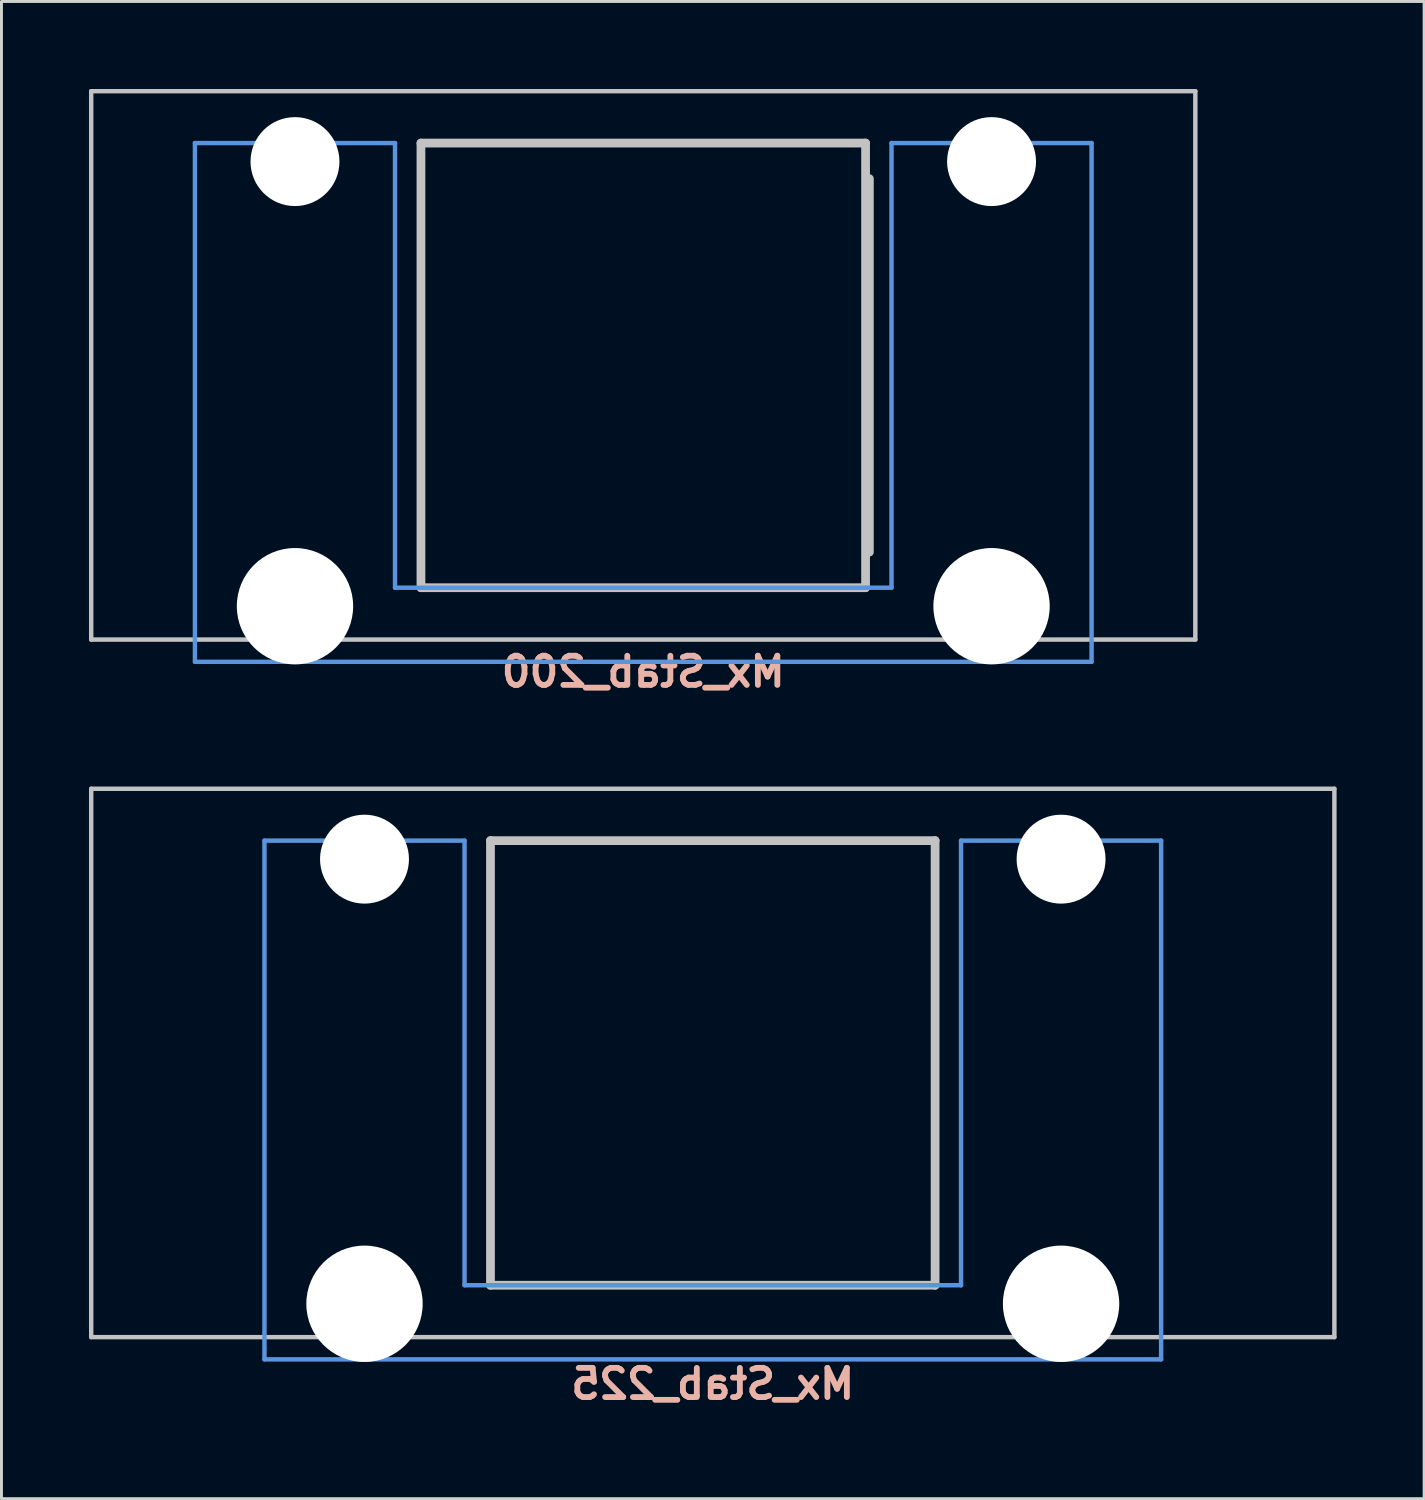
<source format=kicad_pcb>
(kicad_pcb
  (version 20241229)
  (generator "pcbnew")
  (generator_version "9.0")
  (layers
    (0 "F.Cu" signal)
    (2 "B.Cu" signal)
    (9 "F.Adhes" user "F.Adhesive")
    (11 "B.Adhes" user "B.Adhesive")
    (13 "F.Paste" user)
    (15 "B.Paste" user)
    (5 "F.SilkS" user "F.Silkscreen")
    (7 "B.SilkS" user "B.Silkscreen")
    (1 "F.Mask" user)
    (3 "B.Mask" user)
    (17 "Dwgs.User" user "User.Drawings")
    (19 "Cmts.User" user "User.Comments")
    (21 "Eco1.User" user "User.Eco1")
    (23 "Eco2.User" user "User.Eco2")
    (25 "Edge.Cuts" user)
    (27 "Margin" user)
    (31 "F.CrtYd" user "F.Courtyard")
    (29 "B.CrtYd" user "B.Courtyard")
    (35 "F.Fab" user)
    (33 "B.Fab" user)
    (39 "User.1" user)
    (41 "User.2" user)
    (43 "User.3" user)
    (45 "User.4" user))
  (footprint "Mx_Stab_200"
    (layer "F.Cu")
    (at 18.999 9.474)
    (property "Reference" "Mx_Stab_200" (at 0 10.5 0) (layer "B.SilkS") (effects (font (size 1 1) (thickness 0.2)) (justify mirror)))
    (attr through_hole)
    (fp_line (start -18.923 -9.398) (end 18.923 -9.398) (stroke (width 0.152) (type solid)) (layer "Dwgs.User"))
    (fp_line (start -18.923 9.398) (end -18.923 -9.398) (stroke (width 0.152) (type solid)) (layer "Dwgs.User"))
    (fp_line (start -7.62 -7.62) (end 7.62 -7.62) (stroke (width 0.3) (type solid)) (layer "Dwgs.User"))
    (fp_line (start -7.62 7.62) (end -7.62 -7.62) (stroke (width 0.3) (type solid)) (layer "Dwgs.User"))
    (fp_line (start 7.62 -7.62) (end 7.62 7.62) (stroke (width 0.3) (type solid)) (layer "Dwgs.User"))
    (fp_line (start 7.62 7.62) (end -7.62 7.62) (stroke (width 0.3) (type solid)) (layer "Dwgs.User"))
    (fp_line (start 7.75 6.4) (end 7.75 -6.4) (stroke (width 0.3) (type solid)) (layer "Dwgs.User"))
    (fp_line (start 18.923 -9.398) (end 18.923 9.398) (stroke (width 0.152) (type solid)) (layer "Dwgs.User"))
    (fp_line (start 18.923 9.398) (end -18.923 9.398) (stroke (width 0.152) (type solid)) (layer "Dwgs.User"))
    (fp_line (start -15.367 -7.62) (end -15.367 10.16) (stroke (width 0.152) (type solid)) (layer "Cmts.User"))
    (fp_line (start -15.367 10.16) (end 15.367 10.16) (stroke (width 0.152) (type solid)) (layer "Cmts.User"))
    (fp_line (start -8.509 -7.62) (end -15.367 -7.62) (stroke (width 0.152) (type solid)) (layer "Cmts.User"))
    (fp_line (start -8.509 7.62) (end -8.509 -7.62) (stroke (width 0.152) (type solid)) (layer "Cmts.User"))
    (fp_line (start 8.509 -7.62) (end 8.509 7.62) (stroke (width 0.152) (type solid)) (layer "Cmts.User"))
    (fp_line (start 8.509 7.62) (end -8.509 7.62) (stroke (width 0.152) (type solid)) (layer "Cmts.User"))
    (fp_line (start 15.367 -7.62) (end 8.509 -7.62) (stroke (width 0.152) (type solid)) (layer "Cmts.User"))
    (fp_line (start 15.367 10.16) (end 15.367 -7.62) (stroke (width 0.152) (type solid)) (layer "Cmts.User"))
    (fp_line (start -16.129 -2.286) (end -15.265 -2.286) (stroke (width 0.152) (type solid)) (layer "Eco2.User"))
    (fp_line (start -16.129 0.508) (end -16.129 -2.286) (stroke (width 0.152) (type solid)) (layer "Eco2.User"))
    (fp_line (start -15.265 -5.69) (end -8.611 -5.69) (stroke (width 0.152) (type solid)) (layer "Eco2.User"))
    (fp_line (start -15.265 -2.286) (end -15.265 -5.69) (stroke (width 0.152) (type solid)) (layer "Eco2.User"))
    (fp_line (start -15.265 0.508) (end -16.129 0.508) (stroke (width 0.152) (type solid)) (layer "Eco2.User"))
    (fp_line (start -15.265 6.604) (end -15.265 0.508) (stroke (width 0.152) (type solid)) (layer "Eco2.User"))
    (fp_line (start -14.224 6.604) (end -15.265 6.604) (stroke (width 0.152) (type solid)) (layer "Eco2.User"))
    (fp_line (start -14.224 7.772) (end -14.224 6.604) (stroke (width 0.152) (type solid)) (layer "Eco2.User"))
    (fp_line (start -9.652 6.604) (end -9.652 7.772) (stroke (width 0.152) (type solid)) (layer "Eco2.User"))
    (fp_line (start -9.652 7.772) (end -14.224 7.772) (stroke (width 0.152) (type solid)) (layer "Eco2.User"))
    (fp_line (start -8.611 -5.69) (end -8.611 -4.877) (stroke (width 0.152) (type solid)) (layer "Eco2.User"))
    (fp_line (start -8.611 -4.877) (end -6.985 -4.877) (stroke (width 0.152) (type solid)) (layer "Eco2.User"))
    (fp_line (start -8.611 5.817) (end -8.611 6.604) (stroke (width 0.152) (type solid)) (layer "Eco2.User"))
    (fp_line (start -8.611 6.604) (end -9.652 6.604) (stroke (width 0.152) (type solid)) (layer "Eco2.User"))
    (fp_line (start -6.985 -6.985) (end 6.985 -6.985) (stroke (width 0.152) (type solid)) (layer "Eco2.User"))
    (fp_line (start -6.985 -4.877) (end -6.985 -6.985) (stroke (width 0.152) (type solid)) (layer "Eco2.User"))
    (fp_line (start -6.985 5.817) (end -8.611 5.817) (stroke (width 0.152) (type solid)) (layer "Eco2.User"))
    (fp_line (start -6.985 6.985) (end -6.985 5.817) (stroke (width 0.152) (type solid)) (layer "Eco2.User"))
    (fp_line (start 6.985 -6.985) (end 6.985 -4.877) (stroke (width 0.152) (type solid)) (layer "Eco2.User"))
    (fp_line (start 6.985 -4.877) (end 8.611 -4.877) (stroke (width 0.152) (type solid)) (layer "Eco2.User"))
    (fp_line (start 6.985 5.817) (end 6.985 6.985) (stroke (width 0.152) (type solid)) (layer "Eco2.User"))
    (fp_line (start 6.985 6.985) (end -6.985 6.985) (stroke (width 0.152) (type solid)) (layer "Eco2.User"))
    (fp_line (start 8.611 -5.69) (end 15.265 -5.69) (stroke (width 0.152) (type solid)) (layer "Eco2.User"))
    (fp_line (start 8.611 -4.877) (end 8.611 -5.69) (stroke (width 0.152) (type solid)) (layer "Eco2.User"))
    (fp_line (start 8.611 5.817) (end 6.985 5.817) (stroke (width 0.152) (type solid)) (layer "Eco2.User"))
    (fp_line (start 8.611 6.604) (end 8.611 5.817) (stroke (width 0.152) (type solid)) (layer "Eco2.User"))
    (fp_line (start 9.652 6.604) (end 8.611 6.604) (stroke (width 0.152) (type solid)) (layer "Eco2.User"))
    (fp_line (start 9.652 7.772) (end 9.652 6.604) (stroke (width 0.152) (type solid)) (layer "Eco2.User"))
    (fp_line (start 14.224 6.604) (end 14.224 7.772) (stroke (width 0.152) (type solid)) (layer "Eco2.User"))
    (fp_line (start 14.224 7.772) (end 9.652 7.772) (stroke (width 0.152) (type solid)) (layer "Eco2.User"))
    (fp_line (start 15.265 -5.69) (end 15.265 -2.286) (stroke (width 0.152) (type solid)) (layer "Eco2.User"))
    (fp_line (start 15.265 -2.286) (end 16.129 -2.286) (stroke (width 0.152) (type solid)) (layer "Eco2.User"))
    (fp_line (start 15.265 0.508) (end 15.265 6.604) (stroke (width 0.152) (type solid)) (layer "Eco2.User"))
    (fp_line (start 15.265 6.604) (end 14.224 6.604) (stroke (width 0.152) (type solid)) (layer "Eco2.User"))
    (fp_line (start 16.129 -2.286) (end 16.129 0.508) (stroke (width 0.152) (type solid)) (layer "Eco2.User"))
    (fp_line (start 16.129 0.508) (end 15.265 0.508) (stroke (width 0.152) (type solid)) (layer "Eco2.User"))
    (pad "" np_thru_hole circle (at -11.938 -6.985) (size 3.048 3.048) (drill 3.048) (layers "*.Cu" "*.Mask"))
    (pad "" np_thru_hole circle (at -11.938 8.255) (size 3.988 3.988) (drill 3.988) (layers "*.Cu" "*.Mask"))
    (pad "" np_thru_hole circle (at 11.938 -6.985) (size 3.048 3.048) (drill 3.048) (layers "*.Cu" "*.Mask"))
    (pad "" np_thru_hole circle (at 11.938 8.255) (size 3.988 3.988) (drill 3.988) (layers "*.Cu" "*.Mask")))
  (footprint "Mx_Stab_225"
    (layer "F.Cu")
    (at 21.382 33.384)
    (property "Reference" "Mx_Stab_225" (at 0 11 0) (layer "B.SilkS") (effects (font (size 1 1) (thickness 0.2)) (justify mirror)))
    (attr through_hole)
    (fp_line (start -21.306 -9.398) (end 21.306 -9.398) (stroke (width 0.152) (type solid)) (layer "Dwgs.User"))
    (fp_line (start -21.306 9.398) (end -21.306 -9.398) (stroke (width 0.152) (type solid)) (layer "Dwgs.User"))
    (fp_line (start -7.62 -7.62) (end 7.62 -7.62) (stroke (width 0.3) (type solid)) (layer "Dwgs.User"))
    (fp_line (start -7.62 7.62) (end -7.62 -7.62) (stroke (width 0.3) (type solid)) (layer "Dwgs.User"))
    (fp_line (start 7.62 -7.62) (end 7.62 7.62) (stroke (width 0.3) (type solid)) (layer "Dwgs.User"))
    (fp_line (start 7.62 7.62) (end -7.62 7.62) (stroke (width 0.3) (type solid)) (layer "Dwgs.User"))
    (fp_line (start 21.306 -9.398) (end 21.306 9.398) (stroke (width 0.152) (type solid)) (layer "Dwgs.User"))
    (fp_line (start 21.306 9.398) (end -21.306 9.398) (stroke (width 0.152) (type solid)) (layer "Dwgs.User"))
    (fp_line (start -15.367 -7.62) (end -15.367 10.16) (stroke (width 0.152) (type solid)) (layer "Cmts.User"))
    (fp_line (start -15.367 10.16) (end 15.367 10.16) (stroke (width 0.152) (type solid)) (layer "Cmts.User"))
    (fp_line (start -8.509 -7.62) (end -15.367 -7.62) (stroke (width 0.152) (type solid)) (layer "Cmts.User"))
    (fp_line (start -8.509 7.62) (end -8.509 -7.62) (stroke (width 0.152) (type solid)) (layer "Cmts.User"))
    (fp_line (start 8.509 -7.62) (end 8.509 7.62) (stroke (width 0.152) (type solid)) (layer "Cmts.User"))
    (fp_line (start 8.509 7.62) (end -8.509 7.62) (stroke (width 0.152) (type solid)) (layer "Cmts.User"))
    (fp_line (start 15.367 -7.62) (end 8.509 -7.62) (stroke (width 0.152) (type solid)) (layer "Cmts.User"))
    (fp_line (start 15.367 10.16) (end 15.367 -7.62) (stroke (width 0.152) (type solid)) (layer "Cmts.User"))
    (fp_line (start -16.129 -2.286) (end -15.265 -2.286) (stroke (width 0.152) (type solid)) (layer "Eco2.User"))
    (fp_line (start -16.129 0.508) (end -16.129 -2.286) (stroke (width 0.152) (type solid)) (layer "Eco2.User"))
    (fp_line (start -15.265 -5.69) (end -8.611 -5.69) (stroke (width 0.152) (type solid)) (layer "Eco2.User"))
    (fp_line (start -15.265 -2.286) (end -15.265 -5.69) (stroke (width 0.152) (type solid)) (layer "Eco2.User"))
    (fp_line (start -15.265 0.508) (end -16.129 0.508) (stroke (width 0.152) (type solid)) (layer "Eco2.User"))
    (fp_line (start -15.265 6.604) (end -15.265 0.508) (stroke (width 0.152) (type solid)) (layer "Eco2.User"))
    (fp_line (start -14.224 6.604) (end -15.265 6.604) (stroke (width 0.152) (type solid)) (layer "Eco2.User"))
    (fp_line (start -14.224 7.772) (end -14.224 6.604) (stroke (width 0.152) (type solid)) (layer "Eco2.User"))
    (fp_line (start -9.652 6.604) (end -9.652 7.772) (stroke (width 0.152) (type solid)) (layer "Eco2.User"))
    (fp_line (start -9.652 7.772) (end -14.224 7.772) (stroke (width 0.152) (type solid)) (layer "Eco2.User"))
    (fp_line (start -8.611 -5.69) (end -8.611 -4.877) (stroke (width 0.152) (type solid)) (layer "Eco2.User"))
    (fp_line (start -8.611 -4.877) (end -6.985 -4.877) (stroke (width 0.152) (type solid)) (layer "Eco2.User"))
    (fp_line (start -8.611 5.817) (end -8.611 6.604) (stroke (width 0.152) (type solid)) (layer "Eco2.User"))
    (fp_line (start -8.611 6.604) (end -9.652 6.604) (stroke (width 0.152) (type solid)) (layer "Eco2.User"))
    (fp_line (start -6.985 -6.985) (end 6.985 -6.985) (stroke (width 0.152) (type solid)) (layer "Eco2.User"))
    (fp_line (start -6.985 -4.877) (end -6.985 -6.985) (stroke (width 0.152) (type solid)) (layer "Eco2.User"))
    (fp_line (start -6.985 5.817) (end -8.611 5.817) (stroke (width 0.152) (type solid)) (layer "Eco2.User"))
    (fp_line (start -6.985 6.985) (end -6.985 5.817) (stroke (width 0.152) (type solid)) (layer "Eco2.User"))
    (fp_line (start 6.985 -6.985) (end 6.985 -4.877) (stroke (width 0.152) (type solid)) (layer "Eco2.User"))
    (fp_line (start 6.985 -4.877) (end 8.611 -4.877) (stroke (width 0.152) (type solid)) (layer "Eco2.User"))
    (fp_line (start 6.985 5.817) (end 6.985 6.985) (stroke (width 0.152) (type solid)) (layer "Eco2.User"))
    (fp_line (start 6.985 6.985) (end -6.985 6.985) (stroke (width 0.152) (type solid)) (layer "Eco2.User"))
    (fp_line (start 8.611 -5.69) (end 15.265 -5.69) (stroke (width 0.152) (type solid)) (layer "Eco2.User"))
    (fp_line (start 8.611 -4.877) (end 8.611 -5.69) (stroke (width 0.152) (type solid)) (layer "Eco2.User"))
    (fp_line (start 8.611 5.817) (end 6.985 5.817) (stroke (width 0.152) (type solid)) (layer "Eco2.User"))
    (fp_line (start 8.611 6.604) (end 8.611 5.817) (stroke (width 0.152) (type solid)) (layer "Eco2.User"))
    (fp_line (start 9.652 6.604) (end 8.611 6.604) (stroke (width 0.152) (type solid)) (layer "Eco2.User"))
    (fp_line (start 9.652 7.772) (end 9.652 6.604) (stroke (width 0.152) (type solid)) (layer "Eco2.User"))
    (fp_line (start 14.224 6.604) (end 14.224 7.772) (stroke (width 0.152) (type solid)) (layer "Eco2.User"))
    (fp_line (start 14.224 7.772) (end 9.652 7.772) (stroke (width 0.152) (type solid)) (layer "Eco2.User"))
    (fp_line (start 15.265 -5.69) (end 15.265 -2.286) (stroke (width 0.152) (type solid)) (layer "Eco2.User"))
    (fp_line (start 15.265 -2.286) (end 16.129 -2.286) (stroke (width 0.152) (type solid)) (layer "Eco2.User"))
    (fp_line (start 15.265 0.508) (end 15.265 6.604) (stroke (width 0.152) (type solid)) (layer "Eco2.User"))
    (fp_line (start 15.265 6.604) (end 14.224 6.604) (stroke (width 0.152) (type solid)) (layer "Eco2.User"))
    (fp_line (start 16.129 -2.286) (end 16.129 0.508) (stroke (width 0.152) (type solid)) (layer "Eco2.User"))
    (fp_line (start 16.129 0.508) (end 15.265 0.508) (stroke (width 0.152) (type solid)) (layer "Eco2.User"))
    (pad "" np_thru_hole circle (at -11.938 -6.985) (size 3.048 3.048) (drill 3.048) (layers "*.Cu" "*.Mask"))
    (pad "" np_thru_hole circle (at -11.938 8.255) (size 3.988 3.988) (drill 3.988) (layers "*.Cu" "*.Mask"))
    (pad "" np_thru_hole circle (at 11.938 -6.985) (size 3.048 3.048) (drill 3.048) (layers "*.Cu" "*.Mask"))
    (pad "" np_thru_hole circle (at 11.938 8.255) (size 3.988 3.988) (drill 3.988) (layers "*.Cu" "*.Mask")))
  (gr_rect
    (start -3 -3)
    (end 45.763 48.32)
    (stroke (width 0.1) (type default))
    (fill no)
    (layer "Edge.Cuts")))
</source>
